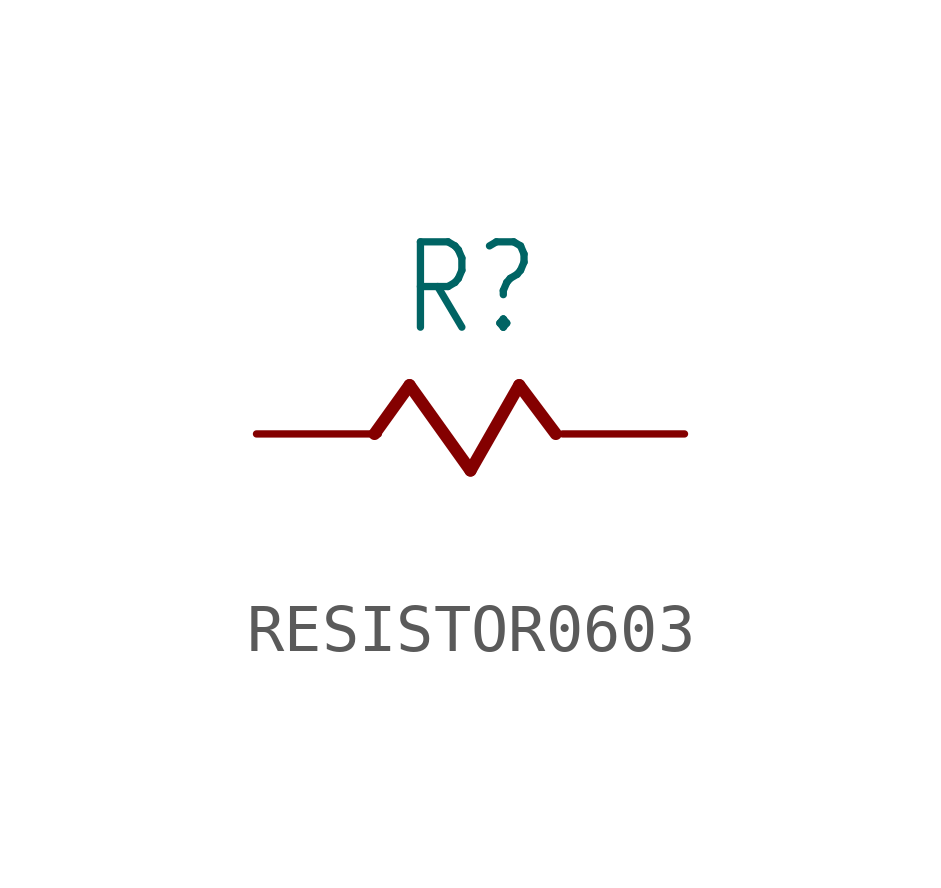
<source format=kicad_sym>
(kicad_symbol_lib
  (version 20241209)
  (generator "kicad_symbol_editor")
  (generator_version "9.0")
  (symbol "RESISTOR0603"
    (property "Reference" "R"
      (at 0 2 0)
      (effects (font (size 1.778 1.511)) (justify bottom)))
    (property "Value" ""
      (at 0 -2 0)
      (effects (font (size 1.778 1.511)) (justify top)))
    (property "ki_locked" ""
      (at 0 0 0)
      (effects (font (size 1.27 1.27))))
    (symbol "RESISTOR0603_1_0"
      (polyline (pts (xy -2 0) (xy -1.27 1.016)) (stroke (width 0.254) (type solid)) (fill (type none)))
      (polyline (pts (xy -1.27 1.016) (xy 0 -0.762)) (stroke (width 0.254) (type solid)) (fill (type none)))
      (polyline (pts (xy 0 -0.762) (xy 1.016 1.016)) (stroke (width 0.254) (type solid)) (fill (type none)))
      (polyline (pts (xy 1.016 1.016) (xy 1.778 0)) (stroke (width 0.254) (type solid)) (fill (type none)))
      (pin bidirectional line (at -4.46 0 0) (length 2.54) (name "1" (effects (font (size 0 0)))) (number "1" (effects (font (size 0 0)))))
      (pin bidirectional line (at 4.46 0 180) (length 2.54) (name "2" (effects (font (size 0 0)))) (number "2" (effects (font (size 0 0))))))))
</source>
